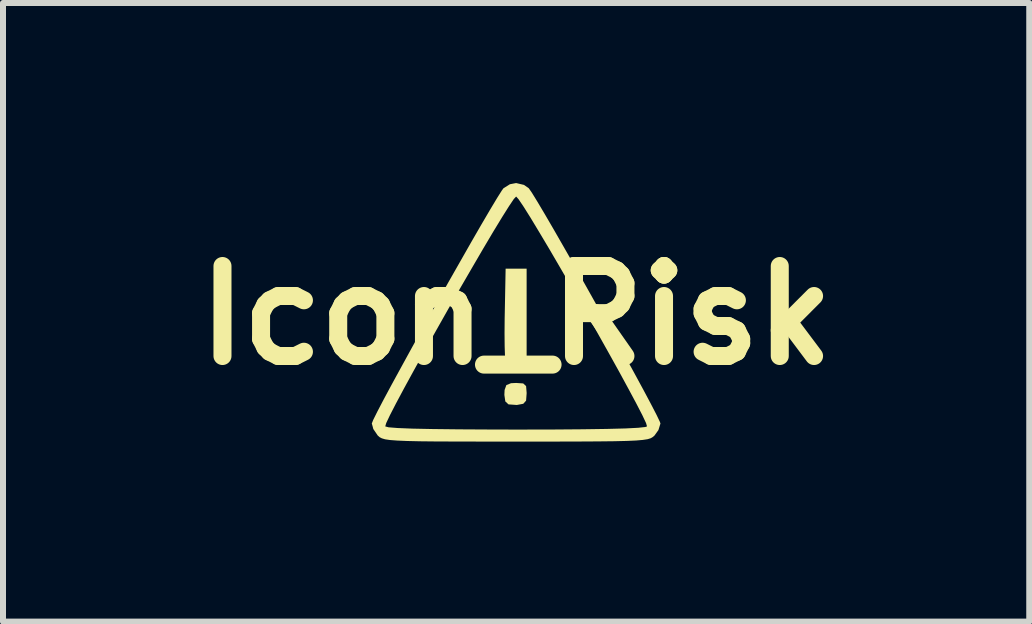
<source format=kicad_pcb>
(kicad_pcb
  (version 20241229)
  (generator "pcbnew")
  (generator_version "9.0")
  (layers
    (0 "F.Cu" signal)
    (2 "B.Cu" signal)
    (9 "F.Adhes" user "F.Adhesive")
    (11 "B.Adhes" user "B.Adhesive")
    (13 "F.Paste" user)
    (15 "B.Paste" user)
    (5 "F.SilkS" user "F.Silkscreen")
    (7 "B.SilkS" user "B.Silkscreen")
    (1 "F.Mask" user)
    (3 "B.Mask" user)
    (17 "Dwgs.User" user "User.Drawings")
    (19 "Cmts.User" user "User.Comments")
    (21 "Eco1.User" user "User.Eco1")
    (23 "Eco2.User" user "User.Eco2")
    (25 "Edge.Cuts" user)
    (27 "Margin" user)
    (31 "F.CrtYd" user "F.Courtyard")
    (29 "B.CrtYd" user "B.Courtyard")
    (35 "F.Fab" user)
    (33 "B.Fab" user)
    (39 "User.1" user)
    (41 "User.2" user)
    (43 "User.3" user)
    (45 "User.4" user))
  (footprint "Icon_Risk"
    (layer "F.Cu")
    (at 5.55 2.204)
    (property "Reference" "Icon_Risk" (at 0 0 0) (layer "F.SilkS") (effects (font (size 1.5 1.5) (thickness 0.3))))
    (attr board_only exclude_from_pos_files exclude_from_bom)
    (fp_poly (pts (xy 0.175 0) (xy 0.175 0.777) (xy 0.012 0.792) (xy -0.122 0.784) (xy -0.177 0.74) (xy -0.186 0.667) (xy -0.191 0.515) (xy -0.193 0.302) (xy -0.191 0.048) (xy -0.189 -0.052) (xy -0.175 -0.777) (xy 0 -0.777) (xy 0.175 -0.777)) (stroke (width 0) (type solid)) (fill yes) (layer "F.SilkS"))
    (fp_poly (pts (xy 0.118 1.135) (xy 0.166 1.179) (xy 0.175 1.289) (xy 0.175 1.303) (xy 0.166 1.422) (xy 0.119 1.474) (xy 0.012 1.494) (xy -0.127 1.484) (xy -0.18 1.435) (xy -0.196 1.326) (xy -0.192 1.244) (xy -0.163 1.163) (xy -0.085 1.131) (xy 0 1.127)) (stroke (width 0) (type solid)) (fill yes) (layer "F.SilkS"))
    (fp_poly (pts (xy 0.131 -2.173) (xy 0.211 -2.117) (xy 0.263 -2.042) (xy 0.354 -1.894) (xy 0.48 -1.682) (xy 0.633 -1.419) (xy 0.808 -1.114) (xy 0.999 -0.78) (xy 1.198 -0.426) (xy 1.401 -0.064) (xy 1.601 0.295) (xy 1.792 0.639) (xy 1.968 0.96) (xy 2.122 1.244) (xy 2.248 1.481) (xy 2.341 1.661) (xy 2.394 1.772) (xy 2.405 1.802) (xy 2.371 1.912) (xy 2.305 2.004) (xy 2.277 2.028) (xy 2.243 2.048) (xy 2.191 2.064) (xy 2.113 2.076) (xy 2 2.086) (xy 1.843 2.093) (xy 1.632 2.098) (xy 1.359 2.101) (xy 1.014 2.103) (xy 0.588 2.104) (xy 0.073 2.104) (xy 0 2.104) (xy -0.528 2.104) (xy -0.964 2.103) (xy -1.319 2.102) (xy -1.601 2.099) (xy -1.819 2.094) (xy -1.983 2.087) (xy -2.101 2.078) (xy -2.183 2.066) (xy -2.237 2.05) (xy -2.274 2.031) (xy -2.301 2.007) (xy -2.305 2.004) (xy -2.38 1.894) (xy -2.391 1.851) (xy -2.181 1.851) (xy -2.181 1.851) (xy -2.125 1.866) (xy -1.975 1.878) (xy -1.73 1.888) (xy -1.39 1.895) (xy -0.953 1.9) (xy -0.417 1.903) (xy 0 1.904) (xy 0.602 1.903) (xy 1.106 1.899) (xy 1.512 1.893) (xy 1.82 1.885) (xy 2.034 1.874) (xy 2.153 1.861) (xy 2.181 1.851) (xy 2.165 1.796) (xy 2.104 1.666) (xy 2.004 1.472) (xy 1.871 1.224) (xy 1.713 0.933) (xy 1.534 0.611) (xy 1.341 0.267) (xy 1.141 -0.087) (xy 0.939 -0.44) (xy 0.741 -0.782) (xy 0.555 -1.101) (xy 0.385 -1.386) (xy 0.239 -1.628) (xy 0.122 -1.814) (xy 0.04 -1.935) (xy 0.000336 -1.979) (xy 0 -1.979) (xy -0.039 -1.937) (xy -0.119 -1.818) (xy -0.236 -1.632) (xy -0.382 -1.392) (xy -0.551 -1.107) (xy -0.737 -0.788) (xy -0.935 -0.447) (xy -1.137 -0.094) (xy -1.337 0.26) (xy -1.53 0.604) (xy -1.709 0.927) (xy -1.868 1.218) (xy -2.001 1.467) (xy -2.102 1.663) (xy -2.164 1.794) (xy -2.181 1.851) (xy -2.391 1.851) (xy -2.405 1.802) (xy -2.381 1.742) (xy -2.313 1.605) (xy -2.208 1.404) (xy -2.071 1.149) (xy -1.908 0.851) (xy -1.727 0.521) (xy -1.532 0.17) (xy -1.33 -0.192) (xy -1.128 -0.552) (xy -0.93 -0.9) (xy -0.745 -1.225) (xy -0.577 -1.516) (xy -0.432 -1.763) (xy -0.318 -1.953) (xy -0.24 -2.077) (xy -0.211 -2.117) (xy -0.104 -2.184) (xy 0 -2.204)) (stroke (width 0) (type solid)) (fill yes) (layer "F.SilkS")))
  (gr_rect
    (start -3 -3)
    (end 14.1 7.308)
    (stroke (width 0.1) (type default))
    (fill no)
    (layer "Edge.Cuts")))
</source>
